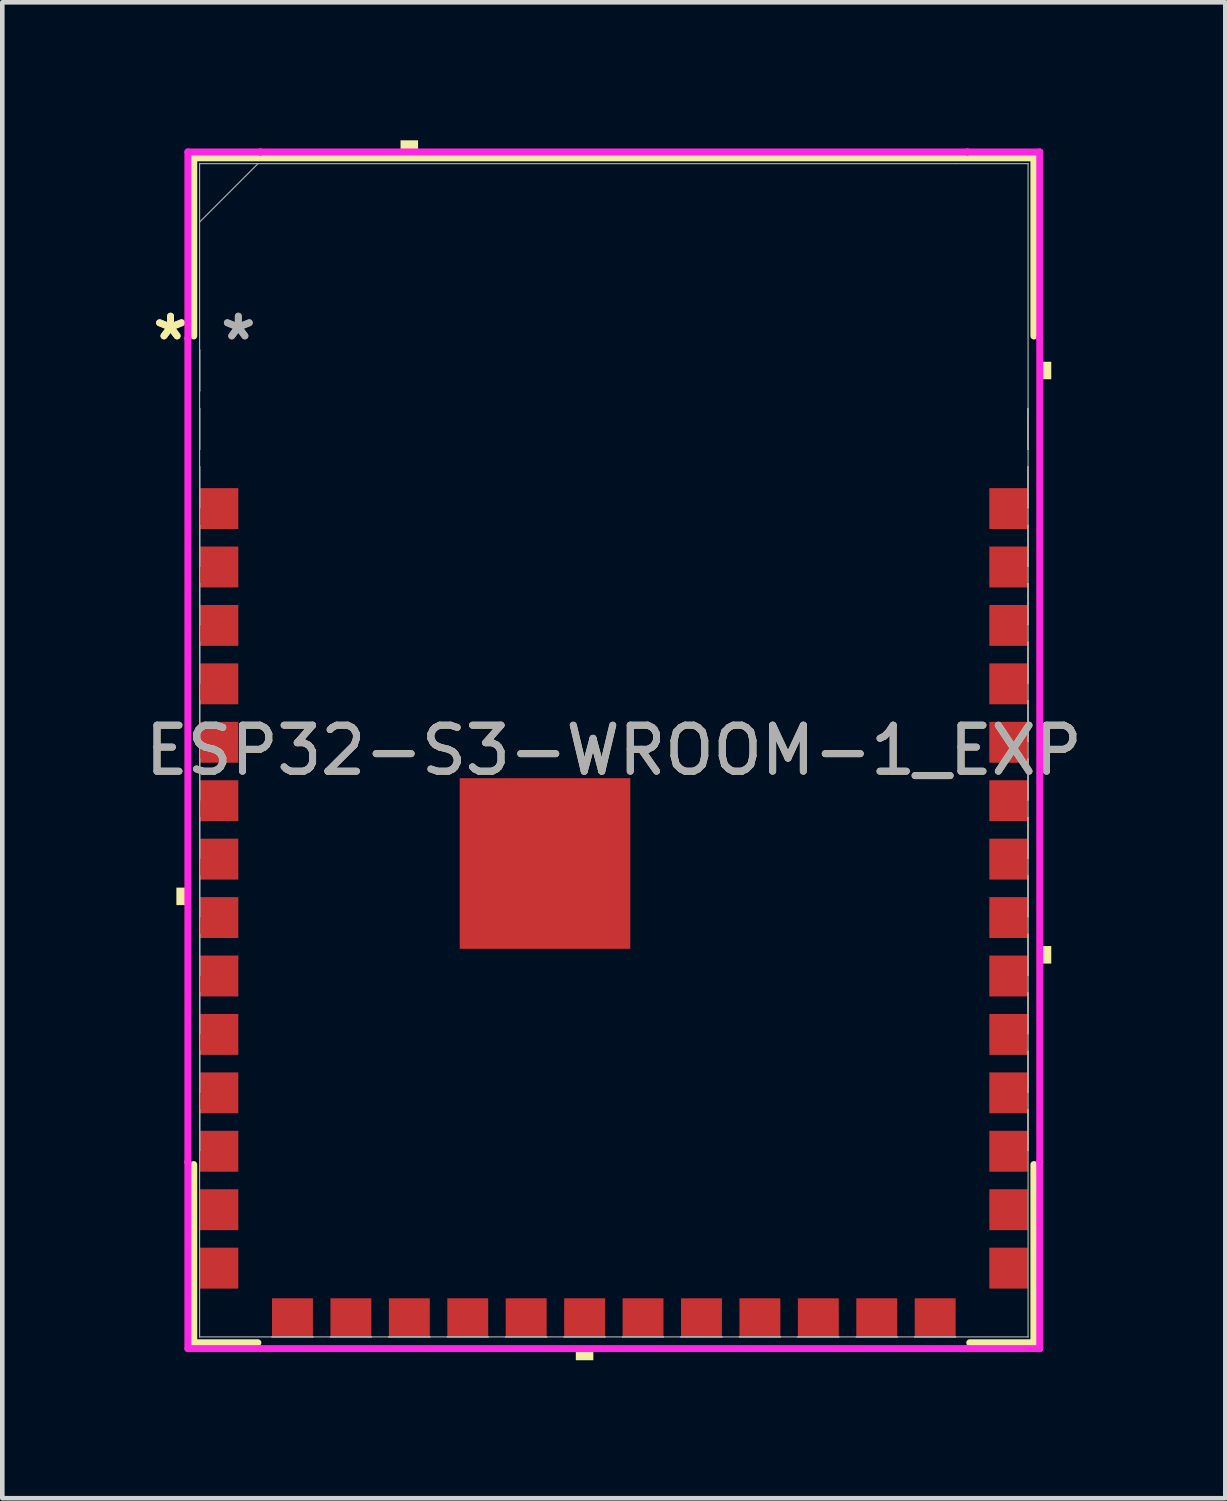
<source format=kicad_pcb>
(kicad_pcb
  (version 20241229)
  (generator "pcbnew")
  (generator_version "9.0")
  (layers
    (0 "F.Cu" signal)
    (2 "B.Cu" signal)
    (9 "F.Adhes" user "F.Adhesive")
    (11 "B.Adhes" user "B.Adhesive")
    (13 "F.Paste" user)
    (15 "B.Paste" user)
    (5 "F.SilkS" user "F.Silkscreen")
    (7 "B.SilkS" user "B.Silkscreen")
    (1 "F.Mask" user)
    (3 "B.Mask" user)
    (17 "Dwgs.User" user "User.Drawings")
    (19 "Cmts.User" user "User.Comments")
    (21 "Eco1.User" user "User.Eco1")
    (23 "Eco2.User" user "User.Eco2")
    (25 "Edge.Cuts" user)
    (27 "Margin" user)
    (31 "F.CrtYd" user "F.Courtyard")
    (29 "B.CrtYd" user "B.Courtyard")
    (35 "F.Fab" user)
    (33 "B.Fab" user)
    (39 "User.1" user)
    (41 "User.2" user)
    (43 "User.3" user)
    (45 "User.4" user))
  (footprint "ESP32-S3-WROOM-1_EXP"
    (layer "F.Cu")
    (at 10.292 13.258)
    (property "Reference" "ESP32-S3-WROOM-1_EXP" (at 0 0 0) (unlocked yes) (layer "F.SilkS") (effects (font (size 1 1) (thickness 0.15))))
    (attr smd)
    (fp_line (start -9.131 -12.878) (end -9.131 -9.005) (stroke (width 0.152) (type solid)) (layer "F.SilkS"))
    (fp_line (start -9.131 9.005) (end -9.131 12.878) (stroke (width 0.152) (type solid)) (layer "F.SilkS"))
    (fp_line (start -9.131 12.878) (end -7.737 12.878) (stroke (width 0.152) (type solid)) (layer "F.SilkS"))
    (fp_line (start 7.737 12.878) (end 9.131 12.878) (stroke (width 0.152) (type solid)) (layer "F.SilkS"))
    (fp_line (start 9.131 -12.878) (end -9.131 -12.878) (stroke (width 0.152) (type solid)) (layer "F.SilkS"))
    (fp_line (start 9.131 -9.005) (end 9.131 -12.878) (stroke (width 0.152) (type solid)) (layer "F.SilkS"))
    (fp_line (start 9.131 12.878) (end 9.131 9.005) (stroke (width 0.152) (type solid)) (layer "F.SilkS"))
    (fp_poly (pts (xy -9.508 2.985) (xy -9.508 3.365) (xy -9.254 3.365) (xy -9.254 2.985)) (stroke (width 0) (type solid)) (fill yes) (layer "F.SilkS"))
    (fp_poly (pts (xy -4.636 -13.004) (xy -4.636 -13.258) (xy -4.255 -13.258) (xy -4.255 -13.004)) (stroke (width 0) (type solid)) (fill yes) (layer "F.SilkS"))
    (fp_poly (pts (xy -0.826 13.004) (xy -0.826 13.258) (xy -0.445 13.258) (xy -0.445 13.004)) (stroke (width 0) (type solid)) (fill yes) (layer "F.SilkS"))
    (fp_poly (pts (xy 9.508 -8.445) (xy 9.508 -8.065) (xy 9.254 -8.065) (xy 9.254 -8.445)) (stroke (width 0) (type solid)) (fill yes) (layer "F.SilkS"))
    (fp_poly (pts (xy 9.508 4.255) (xy 9.508 4.636) (xy 9.254 4.636) (xy 9.254 4.255)) (stroke (width 0) (type solid)) (fill yes) (layer "F.SilkS"))
    (fp_poly (pts (xy -1.754 -1.754) (xy -1.754 -0.1) (xy -0.1 -0.1) (xy -0.1 -1.754)) (stroke (width 0) (type solid)) (fill yes) (layer "F.Paste"))
    (fp_poly (pts (xy -1.754 0.1) (xy -1.754 1.754) (xy -0.1 1.754) (xy -0.1 0.1)) (stroke (width 0) (type solid)) (fill yes) (layer "F.Paste"))
    (fp_poly (pts (xy 0.1 -1.754) (xy 0.1 -0.1) (xy 1.754 -0.1) (xy 1.754 -1.754)) (stroke (width 0) (type solid)) (fill yes) (layer "F.Paste"))
    (fp_poly (pts (xy 0.1 0.1) (xy 0.1 1.754) (xy 1.754 1.754) (xy 1.754 0.1)) (stroke (width 0) (type solid)) (fill yes) (layer "F.Paste"))
    (fp_line (start -9.258 -13.005) (end -7.684 -13.005) (stroke (width 0.152) (type solid)) (layer "F.CrtYd"))
    (fp_line (start -9.258 -8.954) (end -9.258 -13.005) (stroke (width 0.152) (type solid)) (layer "F.CrtYd"))
    (fp_line (start -9.258 -8.954) (end -9.258 -8.954) (stroke (width 0.152) (type solid)) (layer "F.CrtYd"))
    (fp_line (start -9.258 8.954) (end -9.258 -8.954) (stroke (width 0.152) (type solid)) (layer "F.CrtYd"))
    (fp_line (start -9.258 8.954) (end -9.258 8.954) (stroke (width 0.152) (type solid)) (layer "F.CrtYd"))
    (fp_line (start -9.258 13.005) (end -9.258 8.954) (stroke (width 0.152) (type solid)) (layer "F.CrtYd"))
    (fp_line (start -7.684 -13.005) (end -7.684 -13.005) (stroke (width 0.152) (type solid)) (layer "F.CrtYd"))
    (fp_line (start -7.684 -13.005) (end 7.684 -13.005) (stroke (width 0.152) (type solid)) (layer "F.CrtYd"))
    (fp_line (start -7.684 13.005) (end -9.258 13.005) (stroke (width 0.152) (type solid)) (layer "F.CrtYd"))
    (fp_line (start -7.684 13.005) (end -7.684 13.005) (stroke (width 0.152) (type solid)) (layer "F.CrtYd"))
    (fp_line (start 7.684 -13.005) (end 7.684 -13.005) (stroke (width 0.152) (type solid)) (layer "F.CrtYd"))
    (fp_line (start 7.684 -13.005) (end 9.258 -13.005) (stroke (width 0.152) (type solid)) (layer "F.CrtYd"))
    (fp_line (start 7.684 13.005) (end -7.684 13.005) (stroke (width 0.152) (type solid)) (layer "F.CrtYd"))
    (fp_line (start 7.684 13.005) (end 7.684 13.005) (stroke (width 0.152) (type solid)) (layer "F.CrtYd"))
    (fp_line (start 9.258 -13.005) (end 9.258 -8.954) (stroke (width 0.152) (type solid)) (layer "F.CrtYd"))
    (fp_line (start 9.258 -8.954) (end 9.258 -8.954) (stroke (width 0.152) (type solid)) (layer "F.CrtYd"))
    (fp_line (start 9.258 -8.954) (end 9.258 8.954) (stroke (width 0.152) (type solid)) (layer "F.CrtYd"))
    (fp_line (start 9.258 8.954) (end 9.258 8.954) (stroke (width 0.152) (type solid)) (layer "F.CrtYd"))
    (fp_line (start 9.258 8.954) (end 9.258 13.005) (stroke (width 0.152) (type solid)) (layer "F.CrtYd"))
    (fp_line (start 9.258 13.005) (end 7.684 13.005) (stroke (width 0.152) (type solid)) (layer "F.CrtYd"))
    (fp_line (start -9.004 -12.751) (end -9.004 -12.751) (stroke (width 0.025) (type solid)) (layer "F.Fab"))
    (fp_line (start -9.004 -12.751) (end -9.004 12.751) (stroke (width 0.025) (type solid)) (layer "F.Fab"))
    (fp_line (start -9.004 -11.481) (end -7.734 -12.751) (stroke (width 0.025) (type solid)) (layer "F.Fab"))
    (fp_line (start -9.004 -8.7) (end -9 -8.7) (stroke (width 0.025) (type solid)) (layer "F.Fab"))
    (fp_line (start -9.004 -7.811) (end -9.004 -8.7) (stroke (width 0.025) (type solid)) (layer "F.Fab"))
    (fp_line (start -9.004 -7.429) (end -9 -7.429) (stroke (width 0.025) (type solid)) (layer "F.Fab"))
    (fp_line (start -9.004 -6.54) (end -9.004 -7.429) (stroke (width 0.025) (type solid)) (layer "F.Fab"))
    (fp_line (start -9.004 -6.16) (end -9 -6.16) (stroke (width 0.025) (type solid)) (layer "F.Fab"))
    (fp_line (start -9.004 -5.271) (end -9.004 -6.16) (stroke (width 0.025) (type solid)) (layer "F.Fab"))
    (fp_line (start -9.004 -4.889) (end -9 -4.889) (stroke (width 0.025) (type solid)) (layer "F.Fab"))
    (fp_line (start -9.004 -4) (end -9.004 -4.889) (stroke (width 0.025) (type solid)) (layer "F.Fab"))
    (fp_line (start -9.004 -3.619) (end -9 -3.619) (stroke (width 0.025) (type solid)) (layer "F.Fab"))
    (fp_line (start -9.004 -2.731) (end -9.004 -3.619) (stroke (width 0.025) (type solid)) (layer "F.Fab"))
    (fp_line (start -9.004 -2.349) (end -9 -2.349) (stroke (width 0.025) (type solid)) (layer "F.Fab"))
    (fp_line (start -9.004 -1.46) (end -9.004 -2.349) (stroke (width 0.025) (type solid)) (layer "F.Fab"))
    (fp_line (start -9.004 -1.079) (end -9 -1.079) (stroke (width 0.025) (type solid)) (layer "F.Fab"))
    (fp_line (start -9.004 -0.191) (end -9.004 -1.079) (stroke (width 0.025) (type solid)) (layer "F.Fab"))
    (fp_line (start -9.004 0.191) (end -9 0.191) (stroke (width 0.025) (type solid)) (layer "F.Fab"))
    (fp_line (start -9.004 1.079) (end -9.004 0.191) (stroke (width 0.025) (type solid)) (layer "F.Fab"))
    (fp_line (start -9.004 1.46) (end -9 1.46) (stroke (width 0.025) (type solid)) (layer "F.Fab"))
    (fp_line (start -9.004 2.349) (end -9.004 1.46) (stroke (width 0.025) (type solid)) (layer "F.Fab"))
    (fp_line (start -9.004 2.731) (end -9 2.731) (stroke (width 0.025) (type solid)) (layer "F.Fab"))
    (fp_line (start -9.004 3.619) (end -9.004 2.731) (stroke (width 0.025) (type solid)) (layer "F.Fab"))
    (fp_line (start -9.004 4) (end -9 4) (stroke (width 0.025) (type solid)) (layer "F.Fab"))
    (fp_line (start -9.004 4.889) (end -9.004 4) (stroke (width 0.025) (type solid)) (layer "F.Fab"))
    (fp_line (start -9.004 5.271) (end -9 5.271) (stroke (width 0.025) (type solid)) (layer "F.Fab"))
    (fp_line (start -9.004 6.16) (end -9.004 5.271) (stroke (width 0.025) (type solid)) (layer "F.Fab"))
    (fp_line (start -9.004 6.54) (end -9 6.54) (stroke (width 0.025) (type solid)) (layer "F.Fab"))
    (fp_line (start -9.004 7.429) (end -9.004 6.54) (stroke (width 0.025) (type solid)) (layer "F.Fab"))
    (fp_line (start -9.004 7.811) (end -9 7.811) (stroke (width 0.025) (type solid)) (layer "F.Fab"))
    (fp_line (start -9.004 8.7) (end -9.004 7.811) (stroke (width 0.025) (type solid)) (layer "F.Fab"))
    (fp_line (start -9.004 12.751) (end -9.004 12.751) (stroke (width 0.025) (type solid)) (layer "F.Fab"))
    (fp_line (start -9.004 12.751) (end 9.004 12.751) (stroke (width 0.025) (type solid)) (layer "F.Fab"))
    (fp_line (start -9 -8.7) (end -9 -7.811) (stroke (width 0.025) (type solid)) (layer "F.Fab"))
    (fp_line (start -9 -7.811) (end -9.004 -7.811) (stroke (width 0.025) (type solid)) (layer "F.Fab"))
    (fp_line (start -9 -7.429) (end -9 -6.54) (stroke (width 0.025) (type solid)) (layer "F.Fab"))
    (fp_line (start -9 -6.54) (end -9.004 -6.54) (stroke (width 0.025) (type solid)) (layer "F.Fab"))
    (fp_line (start -9 -6.16) (end -9 -5.271) (stroke (width 0.025) (type solid)) (layer "F.Fab"))
    (fp_line (start -9 -5.271) (end -9.004 -5.271) (stroke (width 0.025) (type solid)) (layer "F.Fab"))
    (fp_line (start -9 -4.889) (end -9 -4) (stroke (width 0.025) (type solid)) (layer "F.Fab"))
    (fp_line (start -9 -4) (end -9.004 -4) (stroke (width 0.025) (type solid)) (layer "F.Fab"))
    (fp_line (start -9 -3.619) (end -9 -2.731) (stroke (width 0.025) (type solid)) (layer "F.Fab"))
    (fp_line (start -9 -2.731) (end -9.004 -2.731) (stroke (width 0.025) (type solid)) (layer "F.Fab"))
    (fp_line (start -9 -2.349) (end -9 -1.46) (stroke (width 0.025) (type solid)) (layer "F.Fab"))
    (fp_line (start -9 -1.46) (end -9.004 -1.46) (stroke (width 0.025) (type solid)) (layer "F.Fab"))
    (fp_line (start -9 -1.079) (end -9 -0.191) (stroke (width 0.025) (type solid)) (layer "F.Fab"))
    (fp_line (start -9 -0.191) (end -9.004 -0.191) (stroke (width 0.025) (type solid)) (layer "F.Fab"))
    (fp_line (start -9 0.191) (end -9 1.079) (stroke (width 0.025) (type solid)) (layer "F.Fab"))
    (fp_line (start -9 1.079) (end -9.004 1.079) (stroke (width 0.025) (type solid)) (layer "F.Fab"))
    (fp_line (start -9 1.46) (end -9 2.349) (stroke (width 0.025) (type solid)) (layer "F.Fab"))
    (fp_line (start -9 2.349) (end -9.004 2.349) (stroke (width 0.025) (type solid)) (layer "F.Fab"))
    (fp_line (start -9 2.731) (end -9 3.619) (stroke (width 0.025) (type solid)) (layer "F.Fab"))
    (fp_line (start -9 3.619) (end -9.004 3.619) (stroke (width 0.025) (type solid)) (layer "F.Fab"))
    (fp_line (start -9 4) (end -9 4.889) (stroke (width 0.025) (type solid)) (layer "F.Fab"))
    (fp_line (start -9 4.889) (end -9.004 4.889) (stroke (width 0.025) (type solid)) (layer "F.Fab"))
    (fp_line (start -9 5.271) (end -9 6.16) (stroke (width 0.025) (type solid)) (layer "F.Fab"))
    (fp_line (start -9 6.16) (end -9.004 6.16) (stroke (width 0.025) (type solid)) (layer "F.Fab"))
    (fp_line (start -9 6.54) (end -9 7.429) (stroke (width 0.025) (type solid)) (layer "F.Fab"))
    (fp_line (start -9 7.429) (end -9.004 7.429) (stroke (width 0.025) (type solid)) (layer "F.Fab"))
    (fp_line (start -9 7.811) (end -9 8.7) (stroke (width 0.025) (type solid)) (layer "F.Fab"))
    (fp_line (start -9 8.7) (end -9.004 8.7) (stroke (width 0.025) (type solid)) (layer "F.Fab"))
    (fp_line (start -7.429 12.75) (end -6.54 12.75) (stroke (width 0.025) (type solid)) (layer "F.Fab"))
    (fp_line (start -7.429 12.751) (end -7.429 12.75) (stroke (width 0.025) (type solid)) (layer "F.Fab"))
    (fp_line (start -6.54 12.75) (end -6.54 12.751) (stroke (width 0.025) (type solid)) (layer "F.Fab"))
    (fp_line (start -6.54 12.751) (end -7.429 12.751) (stroke (width 0.025) (type solid)) (layer "F.Fab"))
    (fp_line (start -6.16 12.75) (end -5.271 12.75) (stroke (width 0.025) (type solid)) (layer "F.Fab"))
    (fp_line (start -6.16 12.751) (end -6.16 12.75) (stroke (width 0.025) (type solid)) (layer "F.Fab"))
    (fp_line (start -5.271 12.75) (end -5.271 12.751) (stroke (width 0.025) (type solid)) (layer "F.Fab"))
    (fp_line (start -5.271 12.751) (end -6.16 12.751) (stroke (width 0.025) (type solid)) (layer "F.Fab"))
    (fp_line (start -4.889 12.75) (end -4 12.75) (stroke (width 0.025) (type solid)) (layer "F.Fab"))
    (fp_line (start -4.889 12.751) (end -4.889 12.75) (stroke (width 0.025) (type solid)) (layer "F.Fab"))
    (fp_line (start -4 12.75) (end -4 12.751) (stroke (width 0.025) (type solid)) (layer "F.Fab"))
    (fp_line (start -4 12.751) (end -4.889 12.751) (stroke (width 0.025) (type solid)) (layer "F.Fab"))
    (fp_line (start -3.619 12.75) (end -2.731 12.75) (stroke (width 0.025) (type solid)) (layer "F.Fab"))
    (fp_line (start -3.619 12.751) (end -3.619 12.75) (stroke (width 0.025) (type solid)) (layer "F.Fab"))
    (fp_line (start -2.731 12.75) (end -2.731 12.751) (stroke (width 0.025) (type solid)) (layer "F.Fab"))
    (fp_line (start -2.731 12.751) (end -3.619 12.751) (stroke (width 0.025) (type solid)) (layer "F.Fab"))
    (fp_line (start -2.349 12.75) (end -1.46 12.75) (stroke (width 0.025) (type solid)) (layer "F.Fab"))
    (fp_line (start -2.349 12.751) (end -2.349 12.75) (stroke (width 0.025) (type solid)) (layer "F.Fab"))
    (fp_line (start -1.46 12.75) (end -1.46 12.751) (stroke (width 0.025) (type solid)) (layer "F.Fab"))
    (fp_line (start -1.46 12.751) (end -2.349 12.751) (stroke (width 0.025) (type solid)) (layer "F.Fab"))
    (fp_line (start -1.079 12.75) (end -0.191 12.75) (stroke (width 0.025) (type solid)) (layer "F.Fab"))
    (fp_line (start -1.079 12.751) (end -1.079 12.75) (stroke (width 0.025) (type solid)) (layer "F.Fab"))
    (fp_line (start -0.191 12.75) (end -0.191 12.751) (stroke (width 0.025) (type solid)) (layer "F.Fab"))
    (fp_line (start -0.191 12.751) (end -1.079 12.751) (stroke (width 0.025) (type solid)) (layer "F.Fab"))
    (fp_line (start 0.191 12.75) (end 1.079 12.75) (stroke (width 0.025) (type solid)) (layer "F.Fab"))
    (fp_line (start 0.191 12.751) (end 0.191 12.75) (stroke (width 0.025) (type solid)) (layer "F.Fab"))
    (fp_line (start 1.079 12.75) (end 1.079 12.751) (stroke (width 0.025) (type solid)) (layer "F.Fab"))
    (fp_line (start 1.079 12.751) (end 0.191 12.751) (stroke (width 0.025) (type solid)) (layer "F.Fab"))
    (fp_line (start 1.46 12.75) (end 2.349 12.75) (stroke (width 0.025) (type solid)) (layer "F.Fab"))
    (fp_line (start 1.46 12.751) (end 1.46 12.75) (stroke (width 0.025) (type solid)) (layer "F.Fab"))
    (fp_line (start 2.349 12.75) (end 2.349 12.751) (stroke (width 0.025) (type solid)) (layer "F.Fab"))
    (fp_line (start 2.349 12.751) (end 1.46 12.751) (stroke (width 0.025) (type solid)) (layer "F.Fab"))
    (fp_line (start 2.731 12.75) (end 3.619 12.75) (stroke (width 0.025) (type solid)) (layer "F.Fab"))
    (fp_line (start 2.731 12.751) (end 2.731 12.75) (stroke (width 0.025) (type solid)) (layer "F.Fab"))
    (fp_line (start 3.619 12.75) (end 3.619 12.751) (stroke (width 0.025) (type solid)) (layer "F.Fab"))
    (fp_line (start 3.619 12.751) (end 2.731 12.751) (stroke (width 0.025) (type solid)) (layer "F.Fab"))
    (fp_line (start 4 12.75) (end 4.889 12.75) (stroke (width 0.025) (type solid)) (layer "F.Fab"))
    (fp_line (start 4 12.751) (end 4 12.75) (stroke (width 0.025) (type solid)) (layer "F.Fab"))
    (fp_line (start 4.889 12.75) (end 4.889 12.751) (stroke (width 0.025) (type solid)) (layer "F.Fab"))
    (fp_line (start 4.889 12.751) (end 4 12.751) (stroke (width 0.025) (type solid)) (layer "F.Fab"))
    (fp_line (start 5.271 12.75) (end 6.16 12.75) (stroke (width 0.025) (type solid)) (layer "F.Fab"))
    (fp_line (start 5.271 12.751) (end 5.271 12.75) (stroke (width 0.025) (type solid)) (layer "F.Fab"))
    (fp_line (start 6.16 12.75) (end 6.16 12.751) (stroke (width 0.025) (type solid)) (layer "F.Fab"))
    (fp_line (start 6.16 12.751) (end 5.271 12.751) (stroke (width 0.025) (type solid)) (layer "F.Fab"))
    (fp_line (start 6.54 12.75) (end 7.429 12.75) (stroke (width 0.025) (type solid)) (layer "F.Fab"))
    (fp_line (start 6.54 12.751) (end 6.54 12.75) (stroke (width 0.025) (type solid)) (layer "F.Fab"))
    (fp_line (start 7.429 -12.751) (end 7.429 -12.75) (stroke (width 0.025) (type solid)) (layer "F.Fab"))
    (fp_line (start 7.429 12.75) (end 7.429 12.751) (stroke (width 0.025) (type solid)) (layer "F.Fab"))
    (fp_line (start 7.429 12.751) (end 6.54 12.751) (stroke (width 0.025) (type solid)) (layer "F.Fab"))
    (fp_line (start 9 -7.429) (end 9.004 -7.429) (stroke (width 0.025) (type solid)) (layer "F.Fab"))
    (fp_line (start 9 -6.54) (end 9 -7.429) (stroke (width 0.025) (type solid)) (layer "F.Fab"))
    (fp_line (start 9 -6.16) (end 9.004 -6.16) (stroke (width 0.025) (type solid)) (layer "F.Fab"))
    (fp_line (start 9 -5.271) (end 9 -6.16) (stroke (width 0.025) (type solid)) (layer "F.Fab"))
    (fp_line (start 9 -4.889) (end 9.004 -4.889) (stroke (width 0.025) (type solid)) (layer "F.Fab"))
    (fp_line (start 9 -4) (end 9 -4.889) (stroke (width 0.025) (type solid)) (layer "F.Fab"))
    (fp_line (start 9 -3.619) (end 9.004 -3.619) (stroke (width 0.025) (type solid)) (layer "F.Fab"))
    (fp_line (start 9 -2.731) (end 9 -3.619) (stroke (width 0.025) (type solid)) (layer "F.Fab"))
    (fp_line (start 9 -2.349) (end 9.004 -2.349) (stroke (width 0.025) (type solid)) (layer "F.Fab"))
    (fp_line (start 9 -1.46) (end 9 -2.349) (stroke (width 0.025) (type solid)) (layer "F.Fab"))
    (fp_line (start 9 -1.079) (end 9.004 -1.079) (stroke (width 0.025) (type solid)) (layer "F.Fab"))
    (fp_line (start 9 -0.191) (end 9 -1.079) (stroke (width 0.025) (type solid)) (layer "F.Fab"))
    (fp_line (start 9 0.191) (end 9.004 0.191) (stroke (width 0.025) (type solid)) (layer "F.Fab"))
    (fp_line (start 9 1.079) (end 9 0.191) (stroke (width 0.025) (type solid)) (layer "F.Fab"))
    (fp_line (start 9 1.46) (end 9.004 1.46) (stroke (width 0.025) (type solid)) (layer "F.Fab"))
    (fp_line (start 9 2.349) (end 9 1.46) (stroke (width 0.025) (type solid)) (layer "F.Fab"))
    (fp_line (start 9 2.731) (end 9.004 2.731) (stroke (width 0.025) (type solid)) (layer "F.Fab"))
    (fp_line (start 9 3.619) (end 9 2.731) (stroke (width 0.025) (type solid)) (layer "F.Fab"))
    (fp_line (start 9 4) (end 9.004 4) (stroke (width 0.025) (type solid)) (layer "F.Fab"))
    (fp_line (start 9 4.889) (end 9 4) (stroke (width 0.025) (type solid)) (layer "F.Fab"))
    (fp_line (start 9 5.271) (end 9.004 5.271) (stroke (width 0.025) (type solid)) (layer "F.Fab"))
    (fp_line (start 9 6.16) (end 9 5.271) (stroke (width 0.025) (type solid)) (layer "F.Fab"))
    (fp_line (start 9 6.54) (end 9.004 6.54) (stroke (width 0.025) (type solid)) (layer "F.Fab"))
    (fp_line (start 9 7.429) (end 9 6.54) (stroke (width 0.025) (type solid)) (layer "F.Fab"))
    (fp_line (start 9 7.811) (end 9.004 7.811) (stroke (width 0.025) (type solid)) (layer "F.Fab"))
    (fp_line (start 9 8.7) (end 9 7.811) (stroke (width 0.025) (type solid)) (layer "F.Fab"))
    (fp_line (start 9.004 -12.751) (end -9.004 -12.751) (stroke (width 0.025) (type solid)) (layer "F.Fab"))
    (fp_line (start 9.004 -12.751) (end 9.004 -12.751) (stroke (width 0.025) (type solid)) (layer "F.Fab"))
    (fp_line (start 9.004 -7.429) (end 9.004 -6.54) (stroke (width 0.025) (type solid)) (layer "F.Fab"))
    (fp_line (start 9.004 -6.54) (end 9 -6.54) (stroke (width 0.025) (type solid)) (layer "F.Fab"))
    (fp_line (start 9.004 -6.16) (end 9.004 -5.271) (stroke (width 0.025) (type solid)) (layer "F.Fab"))
    (fp_line (start 9.004 -5.271) (end 9 -5.271) (stroke (width 0.025) (type solid)) (layer "F.Fab"))
    (fp_line (start 9.004 -4.889) (end 9.004 -4) (stroke (width 0.025) (type solid)) (layer "F.Fab"))
    (fp_line (start 9.004 -4) (end 9 -4) (stroke (width 0.025) (type solid)) (layer "F.Fab"))
    (fp_line (start 9.004 -3.619) (end 9.004 -2.731) (stroke (width 0.025) (type solid)) (layer "F.Fab"))
    (fp_line (start 9.004 -2.731) (end 9 -2.731) (stroke (width 0.025) (type solid)) (layer "F.Fab"))
    (fp_line (start 9.004 -2.349) (end 9.004 -1.46) (stroke (width 0.025) (type solid)) (layer "F.Fab"))
    (fp_line (start 9.004 -1.46) (end 9 -1.46) (stroke (width 0.025) (type solid)) (layer "F.Fab"))
    (fp_line (start 9.004 -1.079) (end 9.004 -0.191) (stroke (width 0.025) (type solid)) (layer "F.Fab"))
    (fp_line (start 9.004 -0.191) (end 9 -0.191) (stroke (width 0.025) (type solid)) (layer "F.Fab"))
    (fp_line (start 9.004 0.191) (end 9.004 1.079) (stroke (width 0.025) (type solid)) (layer "F.Fab"))
    (fp_line (start 9.004 1.079) (end 9 1.079) (stroke (width 0.025) (type solid)) (layer "F.Fab"))
    (fp_line (start 9.004 1.46) (end 9.004 2.349) (stroke (width 0.025) (type solid)) (layer "F.Fab"))
    (fp_line (start 9.004 2.349) (end 9 2.349) (stroke (width 0.025) (type solid)) (layer "F.Fab"))
    (fp_line (start 9.004 2.731) (end 9.004 3.619) (stroke (width 0.025) (type solid)) (layer "F.Fab"))
    (fp_line (start 9.004 3.619) (end 9 3.619) (stroke (width 0.025) (type solid)) (layer "F.Fab"))
    (fp_line (start 9.004 4) (end 9.004 4.889) (stroke (width 0.025) (type solid)) (layer "F.Fab"))
    (fp_line (start 9.004 4.889) (end 9 4.889) (stroke (width 0.025) (type solid)) (layer "F.Fab"))
    (fp_line (start 9.004 5.271) (end 9.004 6.16) (stroke (width 0.025) (type solid)) (layer "F.Fab"))
    (fp_line (start 9.004 6.16) (end 9 6.16) (stroke (width 0.025) (type solid)) (layer "F.Fab"))
    (fp_line (start 9.004 6.54) (end 9.004 7.429) (stroke (width 0.025) (type solid)) (layer "F.Fab"))
    (fp_line (start 9.004 7.429) (end 9 7.429) (stroke (width 0.025) (type solid)) (layer "F.Fab"))
    (fp_line (start 9.004 7.811) (end 9.004 8.7) (stroke (width 0.025) (type solid)) (layer "F.Fab"))
    (fp_line (start 9.004 8.7) (end 9 8.7) (stroke (width 0.025) (type solid)) (layer "F.Fab"))
    (fp_line (start 9.004 12.751) (end 9.004 -12.751) (stroke (width 0.025) (type solid)) (layer "F.Fab"))
    (fp_line (start 9.004 12.751) (end 9.004 12.751) (stroke (width 0.025) (type solid)) (layer "F.Fab"))
    (fp_text user "*" (at -9.635 -8.89 0) (unlocked yes) (layer "F.SilkS") (effects (font (size 1 1) (thickness 0.15))))
    (fp_text user "*" (at -9.635 -8.89 0) (layer "F.SilkS") (effects (font (size 1 1) (thickness 0.15))))
    (fp_text user "${REFERENCE}" (at 0 0 0) (unlocked yes) (layer "F.Fab") (effects (font (size 1 1) (thickness 0.15))))
    (fp_text user "*" (at -8.162 -8.89 0) (unlocked yes) (layer "F.Fab") (effects (font (size 1 1) (thickness 0.15))))
    (fp_text user "*" (at -8.162 -8.89 0) (layer "F.Fab") (effects (font (size 1 1) (thickness 0.15))))
    (pad "1" smd rect (at -8.581 -5.254 90) (size 0.889 0.838) (layers "F.Cu" "F.Mask" "F.Paste"))
    (pad "2" smd rect (at -8.581 -3.984 90) (size 0.889 0.838) (layers "F.Cu" "F.Mask" "F.Paste"))
    (pad "3" smd rect (at -8.581 -2.714 90) (size 0.889 0.838) (layers "F.Cu" "F.Mask" "F.Paste"))
    (pad "4" smd rect (at -8.581 -1.444 90) (size 0.889 0.838) (layers "F.Cu" "F.Mask" "F.Paste"))
    (pad "5" smd rect (at -8.581 -0.174 90) (size 0.889 0.838) (layers "F.Cu" "F.Mask" "F.Paste"))
    (pad "6" smd rect (at -8.581 1.096 90) (size 0.889 0.838) (layers "F.Cu" "F.Mask" "F.Paste"))
    (pad "7" smd rect (at -8.581 2.366 90) (size 0.889 0.838) (layers "F.Cu" "F.Mask" "F.Paste"))
    (pad "8" smd rect (at -8.581 3.636 90) (size 0.889 0.838) (layers "F.Cu" "F.Mask" "F.Paste"))
    (pad "9" smd rect (at -8.581 4.906 90) (size 0.889 0.838) (layers "F.Cu" "F.Mask" "F.Paste"))
    (pad "10" smd rect (at -8.581 6.176 90) (size 0.889 0.838) (layers "F.Cu" "F.Mask" "F.Paste"))
    (pad "11" smd rect (at -8.581 7.446 90) (size 0.889 0.838) (layers "F.Cu" "F.Mask" "F.Paste"))
    (pad "12" smd rect (at -8.581 8.716 90) (size 0.889 0.838) (layers "F.Cu" "F.Mask" "F.Paste"))
    (pad "13" smd rect (at -8.581 9.986 90) (size 0.889 0.838) (layers "F.Cu" "F.Mask" "F.Paste"))
    (pad "14" smd rect (at -8.581 11.256 90) (size 0.889 0.838) (layers "F.Cu" "F.Mask" "F.Paste"))
    (pad "15" smd rect (at -6.985 12.331) (size 0.889 0.838) (layers "F.Cu" "F.Mask" "F.Paste"))
    (pad "16" smd rect (at -5.715 12.331) (size 0.889 0.838) (layers "F.Cu" "F.Mask" "F.Paste"))
    (pad "17" smd rect (at -4.445 12.331) (size 0.889 0.838) (layers "F.Cu" "F.Mask" "F.Paste"))
    (pad "18" smd rect (at -3.175 12.331) (size 0.889 0.838) (layers "F.Cu" "F.Mask" "F.Paste"))
    (pad "19" smd rect (at -1.905 12.331) (size 0.889 0.838) (layers "F.Cu" "F.Mask" "F.Paste"))
    (pad "20" smd rect (at -0.635 12.331) (size 0.889 0.838) (layers "F.Cu" "F.Mask" "F.Paste"))
    (pad "21" smd rect (at 0.635 12.331) (size 0.889 0.838) (layers "F.Cu" "F.Mask" "F.Paste"))
    (pad "22" smd rect (at 1.905 12.331) (size 0.889 0.838) (layers "F.Cu" "F.Mask" "F.Paste"))
    (pad "23" smd rect (at 3.175 12.331) (size 0.889 0.838) (layers "F.Cu" "F.Mask" "F.Paste"))
    (pad "24" smd rect (at 4.445 12.331) (size 0.889 0.838) (layers "F.Cu" "F.Mask" "F.Paste"))
    (pad "25" smd rect (at 5.715 12.331) (size 0.889 0.838) (layers "F.Cu" "F.Mask" "F.Paste"))
    (pad "26" smd rect (at 6.985 12.331) (size 0.889 0.838) (layers "F.Cu" "F.Mask" "F.Paste"))
    (pad "27" smd rect (at 8.581 11.256 90) (size 0.889 0.838) (layers "F.Cu" "F.Mask" "F.Paste"))
    (pad "28" smd rect (at 8.581 9.986 90) (size 0.889 0.838) (layers "F.Cu" "F.Mask" "F.Paste"))
    (pad "29" smd rect (at 8.581 8.716 90) (size 0.889 0.838) (layers "F.Cu" "F.Mask" "F.Paste"))
    (pad "30" smd rect (at 8.581 7.446 90) (size 0.889 0.838) (layers "F.Cu" "F.Mask" "F.Paste"))
    (pad "31" smd rect (at 8.581 6.176 90) (size 0.889 0.838) (layers "F.Cu" "F.Mask" "F.Paste"))
    (pad "32" smd rect (at 8.581 4.906 90) (size 0.889 0.838) (layers "F.Cu" "F.Mask" "F.Paste"))
    (pad "33" smd rect (at 8.581 3.636 90) (size 0.889 0.838) (layers "F.Cu" "F.Mask" "F.Paste"))
    (pad "34" smd rect (at 8.581 2.366 90) (size 0.889 0.838) (layers "F.Cu" "F.Mask" "F.Paste"))
    (pad "35" smd rect (at 8.581 1.096 90) (size 0.889 0.838) (layers "F.Cu" "F.Mask" "F.Paste"))
    (pad "36" smd rect (at 8.581 -0.174 90) (size 0.889 0.838) (layers "F.Cu" "F.Mask" "F.Paste"))
    (pad "37" smd rect (at 8.581 -1.444 90) (size 0.889 0.838) (layers "F.Cu" "F.Mask" "F.Paste"))
    (pad "38" smd rect (at 8.581 -2.714 90) (size 0.889 0.838) (layers "F.Cu" "F.Mask" "F.Paste"))
    (pad "39" smd rect (at 8.581 -3.984 90) (size 0.889 0.838) (layers "F.Cu" "F.Mask" "F.Paste"))
    (pad "40" smd rect (at 8.581 -5.254 90) (size 0.889 0.838) (layers "F.Cu" "F.Mask" "F.Paste"))
    (pad "41" smd rect (at -1.496 2.461) (size 3.708 3.708) (layers "F.Cu" "F.Mask")))
  (gr_rect
    (start -3 -3)
    (end 23.583 29.516)
    (stroke (width 0.1) (type default))
    (fill no)
    (layer "Edge.Cuts")))
</source>
